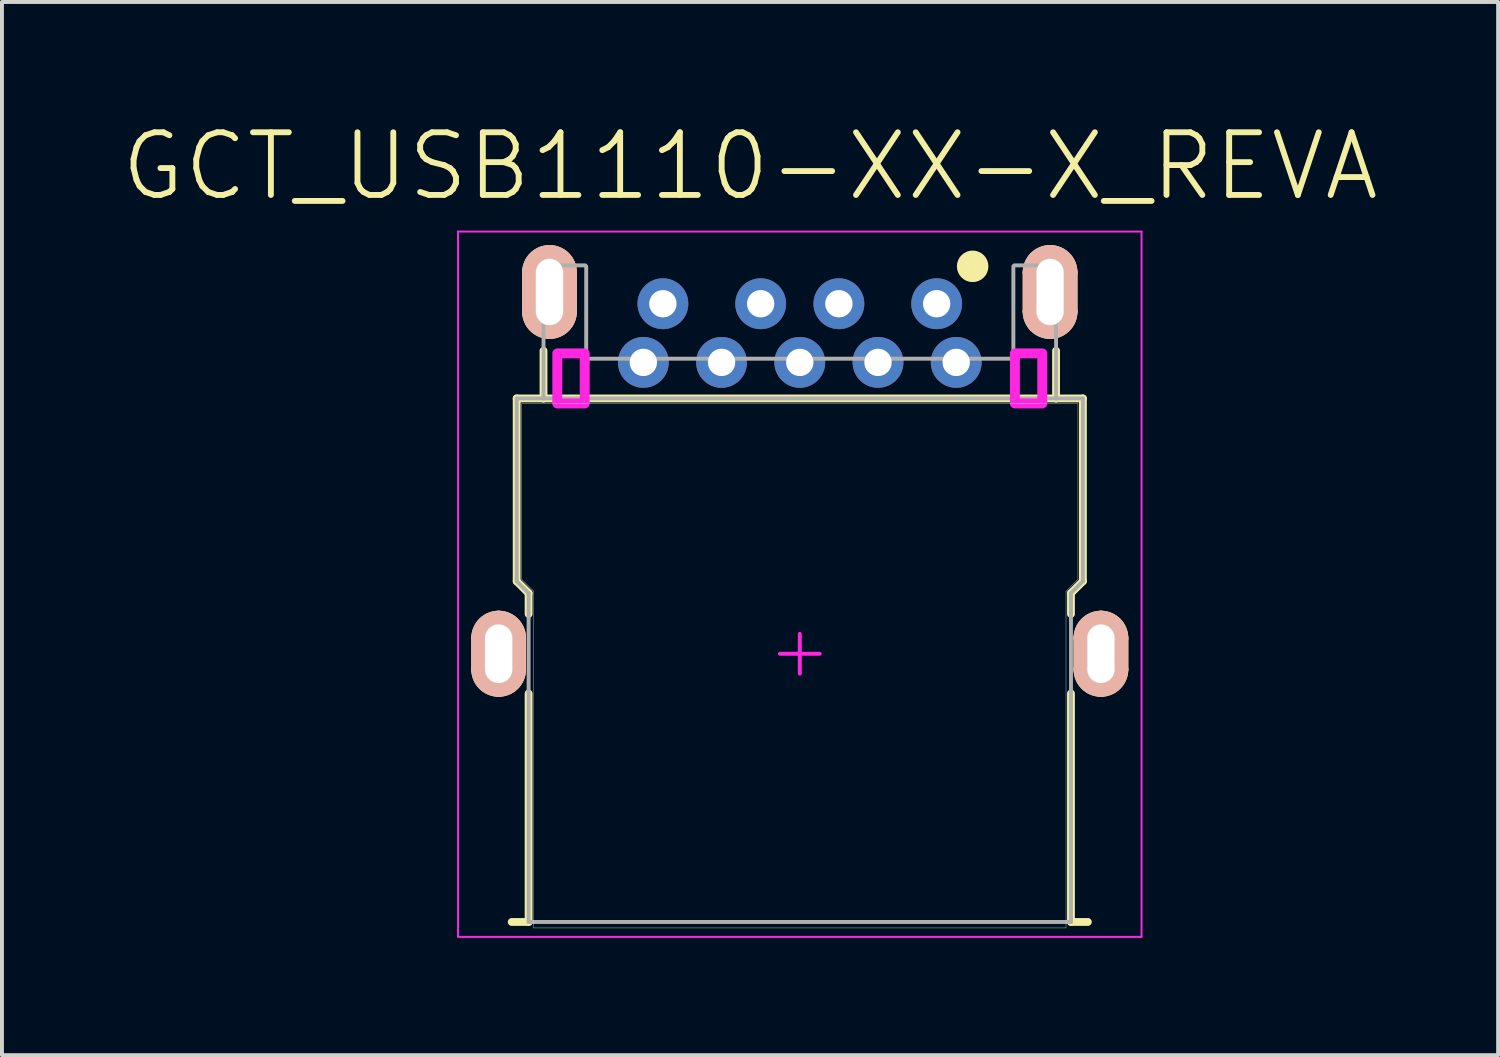
<source format=kicad_pcb>
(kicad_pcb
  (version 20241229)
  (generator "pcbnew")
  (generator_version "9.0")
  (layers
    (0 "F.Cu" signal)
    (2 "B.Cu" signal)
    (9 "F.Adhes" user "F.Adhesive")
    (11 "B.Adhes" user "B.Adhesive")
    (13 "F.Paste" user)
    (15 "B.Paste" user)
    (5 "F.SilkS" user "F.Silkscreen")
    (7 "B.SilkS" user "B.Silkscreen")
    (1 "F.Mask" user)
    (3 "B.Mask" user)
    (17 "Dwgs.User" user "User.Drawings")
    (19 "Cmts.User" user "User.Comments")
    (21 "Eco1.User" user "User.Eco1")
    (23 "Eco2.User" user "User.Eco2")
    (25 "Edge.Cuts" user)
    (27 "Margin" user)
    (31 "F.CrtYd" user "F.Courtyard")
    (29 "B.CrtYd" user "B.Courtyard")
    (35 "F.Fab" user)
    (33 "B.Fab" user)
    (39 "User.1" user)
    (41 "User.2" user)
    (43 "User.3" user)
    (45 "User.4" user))
  (footprint "GCT_USB1110-XX-X_REVA"
    (layer "F.Cu")
    (at 17.4 13.666)
    (property "Reference" "GCT_USB1110-XX-X_REVA" (at -1.272 -12.465 0) (layer "F.SilkS") (effects (font (size 1.603 1.603) (thickness 0.15))))
    (attr through_hole)
    (fp_line (start -8.225 0.4) (end -8.225 -0.4) (stroke (width 0.35) (type solid)) (layer "F.SilkS"))
    (fp_line (start -7.366 6.858) (end -6.934 6.858) (stroke (width 0.2) (type solid)) (layer "F.SilkS"))
    (fp_line (start -7.239 -6.528) (end -6.553 -6.528) (stroke (width 0.2) (type solid)) (layer "F.SilkS"))
    (fp_line (start -7.239 -1.854) (end -7.239 -6.528) (stroke (width 0.2) (type solid)) (layer "F.SilkS"))
    (fp_line (start -7.239 -1.854) (end -6.934 -1.549) (stroke (width 0.2) (type solid)) (layer "F.SilkS"))
    (fp_line (start -7.175 -0.4) (end -7.175 0.4) (stroke (width 0.35) (type solid)) (layer "F.SilkS"))
    (fp_line (start -6.934 -1.016) (end -6.934 -1.549) (stroke (width 0.2) (type solid)) (layer "F.SilkS"))
    (fp_line (start -6.934 6.858) (end -6.934 1.016) (stroke (width 0.2) (type solid)) (layer "F.SilkS"))
    (fp_line (start -6.925 -8.75) (end -6.925 -9.75) (stroke (width 0.35) (type solid)) (layer "F.SilkS"))
    (fp_line (start -6.553 -6.528) (end -6.553 -7.747) (stroke (width 0.2) (type solid)) (layer "F.SilkS"))
    (fp_line (start -6.553 -6.528) (end 6.553 -6.528) (stroke (width 0.2) (type solid)) (layer "F.SilkS"))
    (fp_line (start -5.875 -9.75) (end -5.875 -8.75) (stroke (width 0.35) (type solid)) (layer "F.SilkS"))
    (fp_line (start 5.875 -8.75) (end 5.875 -9.75) (stroke (width 0.35) (type solid)) (layer "F.SilkS"))
    (fp_line (start 6.553 -6.528) (end 6.553 -7.747) (stroke (width 0.2) (type solid)) (layer "F.SilkS"))
    (fp_line (start 6.553 -6.528) (end 7.239 -6.528) (stroke (width 0.2) (type solid)) (layer "F.SilkS"))
    (fp_line (start 6.925 -9.75) (end 6.925 -8.75) (stroke (width 0.35) (type solid)) (layer "F.SilkS"))
    (fp_line (start 6.934 -1.549) (end 7.239 -1.854) (stroke (width 0.2) (type solid)) (layer "F.SilkS"))
    (fp_line (start 6.934 -1.016) (end 6.934 -1.549) (stroke (width 0.2) (type solid)) (layer "F.SilkS"))
    (fp_line (start 6.934 6.858) (end 6.934 1.016) (stroke (width 0.2) (type solid)) (layer "F.SilkS"))
    (fp_line (start 6.934 6.858) (end 7.366 6.858) (stroke (width 0.2) (type solid)) (layer "F.SilkS"))
    (fp_line (start 7.175 0.4) (end 7.175 -0.4) (stroke (width 0.35) (type solid)) (layer "F.SilkS"))
    (fp_line (start 7.239 -1.854) (end 7.239 -6.528) (stroke (width 0.2) (type solid)) (layer "F.SilkS"))
    (fp_line (start 8.225 -0.4) (end 8.225 0.4) (stroke (width 0.35) (type solid)) (layer "F.SilkS"))
    (fp_arc (start -8.225 -0.4) (mid -8.071231 -0.771231) (end -7.7 -0.925) (stroke (width 0.35) (type solid)) (layer "F.SilkS"))
    (fp_arc (start -7.7 -0.925) (mid -7.328769 -0.771231) (end -7.175 -0.4) (stroke (width 0.35) (type solid)) (layer "F.SilkS"))
    (fp_arc (start -7.7 0.925) (mid -8.071231 0.771231) (end -8.225 0.4) (stroke (width 0.35) (type solid)) (layer "F.SilkS"))
    (fp_arc (start -7.175 0.4) (mid -7.328769 0.771231) (end -7.7 0.925) (stroke (width 0.35) (type solid)) (layer "F.SilkS"))
    (fp_arc (start -6.925 -9.75) (mid -6.771231 -10.121231) (end -6.4 -10.275) (stroke (width 0.35) (type solid)) (layer "F.SilkS"))
    (fp_arc (start -6.4 -10.275) (mid -6.028769 -10.121231) (end -5.875 -9.75) (stroke (width 0.35) (type solid)) (layer "F.SilkS"))
    (fp_arc (start -6.4 -8.225) (mid -6.771231 -8.378769) (end -6.925 -8.75) (stroke (width 0.35) (type solid)) (layer "F.SilkS"))
    (fp_arc (start -5.875 -8.75) (mid -6.028769 -8.378769) (end -6.4 -8.225) (stroke (width 0.35) (type solid)) (layer "F.SilkS"))
    (fp_arc (start 5.875 -9.75) (mid 6.028769 -10.121231) (end 6.4 -10.275) (stroke (width 0.35) (type solid)) (layer "F.SilkS"))
    (fp_arc (start 6.4 -10.275) (mid 6.771231 -10.121231) (end 6.925 -9.75) (stroke (width 0.35) (type solid)) (layer "F.SilkS"))
    (fp_arc (start 6.4 -8.225) (mid 6.028769 -8.378769) (end 5.875 -8.75) (stroke (width 0.35) (type solid)) (layer "F.SilkS"))
    (fp_arc (start 6.925 -8.75) (mid 6.771231 -8.378769) (end 6.4 -8.225) (stroke (width 0.35) (type solid)) (layer "F.SilkS"))
    (fp_arc (start 7.175 -0.4) (mid 7.328769 -0.771231) (end 7.7 -0.925) (stroke (width 0.35) (type solid)) (layer "F.SilkS"))
    (fp_arc (start 7.7 -0.925) (mid 8.071231 -0.771231) (end 8.225 -0.4) (stroke (width 0.35) (type solid)) (layer "F.SilkS"))
    (fp_arc (start 7.7 0.925) (mid 7.328769 0.771231) (end 7.175 0.4) (stroke (width 0.35) (type solid)) (layer "F.SilkS"))
    (fp_arc (start 8.225 0.4) (mid 8.071231 0.771231) (end 7.7 0.925) (stroke (width 0.35) (type solid)) (layer "F.SilkS"))
    (fp_circle (center 4.42 -9.906) (end 4.623 -9.906) (stroke (width 0.4) (type solid)) (fill no) (layer "F.SilkS"))
    (fp_line (start -8.225 0.4) (end -8.225 -0.4) (stroke (width 0.35) (type solid)) (layer "B.SilkS"))
    (fp_line (start -7.175 -0.4) (end -7.175 0.4) (stroke (width 0.35) (type solid)) (layer "B.SilkS"))
    (fp_line (start -6.925 -8.75) (end -6.925 -9.75) (stroke (width 0.35) (type solid)) (layer "B.SilkS"))
    (fp_line (start -5.875 -9.75) (end -5.875 -8.75) (stroke (width 0.35) (type solid)) (layer "B.SilkS"))
    (fp_line (start 5.875 -8.75) (end 5.875 -9.75) (stroke (width 0.35) (type solid)) (layer "B.SilkS"))
    (fp_line (start 6.925 -9.75) (end 6.925 -8.75) (stroke (width 0.35) (type solid)) (layer "B.SilkS"))
    (fp_line (start 7.175 0.4) (end 7.175 -0.4) (stroke (width 0.35) (type solid)) (layer "B.SilkS"))
    (fp_line (start 8.225 -0.4) (end 8.225 0.4) (stroke (width 0.35) (type solid)) (layer "B.SilkS"))
    (fp_arc (start -8.225 -0.4) (mid -8.071231 -0.771231) (end -7.7 -0.925) (stroke (width 0.35) (type solid)) (layer "B.SilkS"))
    (fp_arc (start -7.7 -0.925) (mid -7.328769 -0.771231) (end -7.175 -0.4) (stroke (width 0.35) (type solid)) (layer "B.SilkS"))
    (fp_arc (start -7.7 0.925) (mid -8.071231 0.771231) (end -8.225 0.4) (stroke (width 0.35) (type solid)) (layer "B.SilkS"))
    (fp_arc (start -7.175 0.4) (mid -7.328769 0.771231) (end -7.7 0.925) (stroke (width 0.35) (type solid)) (layer "B.SilkS"))
    (fp_arc (start -6.925 -9.75) (mid -6.771231 -10.121231) (end -6.4 -10.275) (stroke (width 0.35) (type solid)) (layer "B.SilkS"))
    (fp_arc (start -6.4 -10.275) (mid -6.028769 -10.121231) (end -5.875 -9.75) (stroke (width 0.35) (type solid)) (layer "B.SilkS"))
    (fp_arc (start -6.4 -8.225) (mid -6.771231 -8.378769) (end -6.925 -8.75) (stroke (width 0.35) (type solid)) (layer "B.SilkS"))
    (fp_arc (start -5.875 -8.75) (mid -6.028769 -8.378769) (end -6.4 -8.225) (stroke (width 0.35) (type solid)) (layer "B.SilkS"))
    (fp_arc (start 5.875 -9.75) (mid 6.028769 -10.121231) (end 6.4 -10.275) (stroke (width 0.35) (type solid)) (layer "B.SilkS"))
    (fp_arc (start 6.4 -10.275) (mid 6.771231 -10.121231) (end 6.925 -9.75) (stroke (width 0.35) (type solid)) (layer "B.SilkS"))
    (fp_arc (start 6.4 -8.225) (mid 6.028769 -8.378769) (end 5.875 -8.75) (stroke (width 0.35) (type solid)) (layer "B.SilkS"))
    (fp_arc (start 6.925 -8.75) (mid 6.771231 -8.378769) (end 6.4 -8.225) (stroke (width 0.35) (type solid)) (layer "B.SilkS"))
    (fp_arc (start 7.175 -0.4) (mid 7.328769 -0.771231) (end 7.7 -0.925) (stroke (width 0.35) (type solid)) (layer "B.SilkS"))
    (fp_arc (start 7.7 -0.925) (mid 8.071231 -0.771231) (end 8.225 -0.4) (stroke (width 0.35) (type solid)) (layer "B.SilkS"))
    (fp_arc (start 7.7 0.925) (mid 7.328769 0.771231) (end 7.175 0.4) (stroke (width 0.35) (type solid)) (layer "B.SilkS"))
    (fp_arc (start 8.225 0.4) (mid 8.071231 0.771231) (end 7.7 0.925) (stroke (width 0.35) (type solid)) (layer "B.SilkS"))
    (fp_line (start -7.175 -0.4) (end -7.175 0.4) (stroke (width 0.35) (type solid)) (layer "F.Paste"))
    (fp_line (start -7.175 -0.4) (end -7.175 0.4) (stroke (width 0.35) (type solid)) (layer "B.Paste"))
    (fp_line (start -7.112 -6.401) (end 7.112 -6.401) (stroke (width 0.01) (type solid)) (layer "Edge.Cuts"))
    (fp_line (start -7.112 -1.905) (end -7.112 -6.401) (stroke (width 0.01) (type solid)) (layer "Edge.Cuts"))
    (fp_line (start -7.112 -1.905) (end -6.807 -1.6) (stroke (width 0.01) (type solid)) (layer "Edge.Cuts"))
    (fp_line (start -6.807 7.01) (end -6.807 -1.6) (stroke (width 0.01) (type solid)) (layer "Edge.Cuts"))
    (fp_line (start -6.807 7.01) (end 6.807 7.01) (stroke (width 0.01) (type solid)) (layer "Edge.Cuts"))
    (fp_line (start 6.807 -1.6) (end 7.112 -1.905) (stroke (width 0.01) (type solid)) (layer "Edge.Cuts"))
    (fp_line (start 6.807 7.01) (end 6.807 -1.6) (stroke (width 0.01) (type solid)) (layer "Edge.Cuts"))
    (fp_line (start 7.112 -1.905) (end 7.112 -6.401) (stroke (width 0.01) (type solid)) (layer "Edge.Cuts"))
    (fp_line (start -8.738 -10.795) (end 8.738 -10.795) (stroke (width 0.05) (type solid)) (layer "F.CrtYd"))
    (fp_line (start -8.738 7.239) (end -8.738 -10.795) (stroke (width 0.05) (type solid)) (layer "F.CrtYd"))
    (fp_line (start -8.738 7.239) (end 8.738 7.239) (stroke (width 0.05) (type solid)) (layer "F.CrtYd"))
    (fp_line (start -0.508 0) (end 0.508 0) (stroke (width 0.1) (type solid)) (layer "F.CrtYd"))
    (fp_line (start 0 0.508) (end 0 -0.508) (stroke (width 0.1) (type solid)) (layer "F.CrtYd"))
    (fp_line (start 8.738 7.239) (end 8.738 -10.795) (stroke (width 0.05) (type solid)) (layer "F.CrtYd"))
    (fp_poly (pts (xy -6.2 -6.4) (xy -5.5 -6.4) (xy -5.5 -7.68) (xy -6.2 -7.68)) (stroke (width 0.254) (type solid)) (fill no) (layer "F.CrtYd"))
    (fp_poly (pts (xy 5.5 -6.4) (xy 6.2 -6.4) (xy 6.2 -7.68) (xy 5.5 -7.68)) (stroke (width 0.254) (type solid)) (fill no) (layer "F.CrtYd"))
    (fp_line (start -7.239 -6.528) (end -6.553 -6.528) (stroke (width 0.1) (type solid)) (layer "F.Fab"))
    (fp_line (start -7.239 -1.854) (end -7.239 -6.528) (stroke (width 0.1) (type solid)) (layer "F.Fab"))
    (fp_line (start -7.239 -1.854) (end -6.934 -1.549) (stroke (width 0.1) (type solid)) (layer "F.Fab"))
    (fp_line (start -6.934 6.858) (end -6.934 -1.549) (stroke (width 0.1) (type solid)) (layer "F.Fab"))
    (fp_line (start -6.934 6.858) (end 6.934 6.858) (stroke (width 0.1) (type solid)) (layer "F.Fab"))
    (fp_line (start -6.553 -9.931) (end -5.486 -9.931) (stroke (width 0.1) (type solid)) (layer "F.Fab"))
    (fp_line (start -6.553 -6.528) (end -6.553 -9.931) (stroke (width 0.1) (type solid)) (layer "F.Fab"))
    (fp_line (start -6.553 -6.528) (end 6.553 -6.528) (stroke (width 0.1) (type solid)) (layer "F.Fab"))
    (fp_line (start -5.461 -7.544) (end -5.461 -9.906) (stroke (width 0.1) (type solid)) (layer "F.Fab"))
    (fp_line (start -5.461 -7.544) (end 5.461 -7.544) (stroke (width 0.1) (type solid)) (layer "F.Fab"))
    (fp_line (start 5.461 -7.544) (end 5.461 -9.906) (stroke (width 0.1) (type solid)) (layer "F.Fab"))
    (fp_line (start 5.486 -9.931) (end 6.553 -9.931) (stroke (width 0.1) (type solid)) (layer "F.Fab"))
    (fp_line (start 6.553 -6.528) (end 6.553 -9.931) (stroke (width 0.1) (type solid)) (layer "F.Fab"))
    (fp_line (start 6.553 -6.528) (end 7.239 -6.528) (stroke (width 0.1) (type solid)) (layer "F.Fab"))
    (fp_line (start 6.934 -1.549) (end 7.239 -1.854) (stroke (width 0.1) (type solid)) (layer "F.Fab"))
    (fp_line (start 6.934 6.858) (end 6.934 -1.549) (stroke (width 0.1) (type solid)) (layer "F.Fab"))
    (fp_line (start 7.239 -1.854) (end 7.239 -6.528) (stroke (width 0.1) (type solid)) (layer "F.Fab"))
    (pad "1" thru_hole circle (at 3.5 -8.95) (size 1.3 1.3) (drill 0.7) (layers "*.Cu" "*.Mask"))
    (pad "2" thru_hole circle (at 1 -8.95) (size 1.3 1.3) (drill 0.7) (layers "*.Cu" "*.Mask"))
    (pad "3" thru_hole circle (at -1 -8.95) (size 1.3 1.3) (drill 0.7) (layers "*.Cu" "*.Mask"))
    (pad "4" thru_hole circle (at -3.5 -8.95) (size 1.3 1.3) (drill 0.7) (layers "*.Cu" "*.Mask"))
    (pad "5" thru_hole circle (at -4 -7.45) (size 1.3 1.3) (drill 0.7) (layers "*.Cu" "*.Mask"))
    (pad "6" thru_hole circle (at -2 -7.45) (size 1.3 1.3) (drill 0.7) (layers "*.Cu" "*.Mask"))
    (pad "7" thru_hole circle (at 0 -7.45) (size 1.3 1.3) (drill 0.7) (layers "*.Cu" "*.Mask"))
    (pad "8" thru_hole circle (at 2 -7.45) (size 1.3 1.3) (drill 0.7) (layers "*.Cu" "*.Mask"))
    (pad "9" thru_hole circle (at 4 -7.45) (size 1.3 1.3) (drill 0.7) (layers "*.Cu" "*.Mask"))
    (pad "10" thru_hole oval (at -7.7 0) (size 1.3 2.1) (drill oval 0.7 1.5) (layers "*.Cu" "*.Mask"))
    (pad "10" thru_hole oval (at -6.4 -9.25) (size 1.3 2.3) (drill oval 0.7 1.7) (layers "*.Cu" "*.Mask"))
    (pad "10" smd rect (at 6.22 -10.16) (size 0.1 0.1) (layers "F.Cu"))
    (pad "10" thru_hole oval (at 6.4 -9.25) (size 1.3 2.3) (drill oval 0.7 1.7) (layers "*.Cu" "*.Mask"))
    (pad "10" thru_hole oval (at 7.7 0) (size 1.3 2.1) (drill oval 0.7 1.5) (layers "*.Cu" "*.Mask"))
    (pad "11" smd rect (at -6.27 -10.17) (size 0.1 0.1) (layers "F.Cu")))
  (gr_rect
    (start -3 -3)
    (end 35.256 23.93)
    (stroke (width 0.1) (type default))
    (fill no)
    (layer "Edge.Cuts")))
</source>
